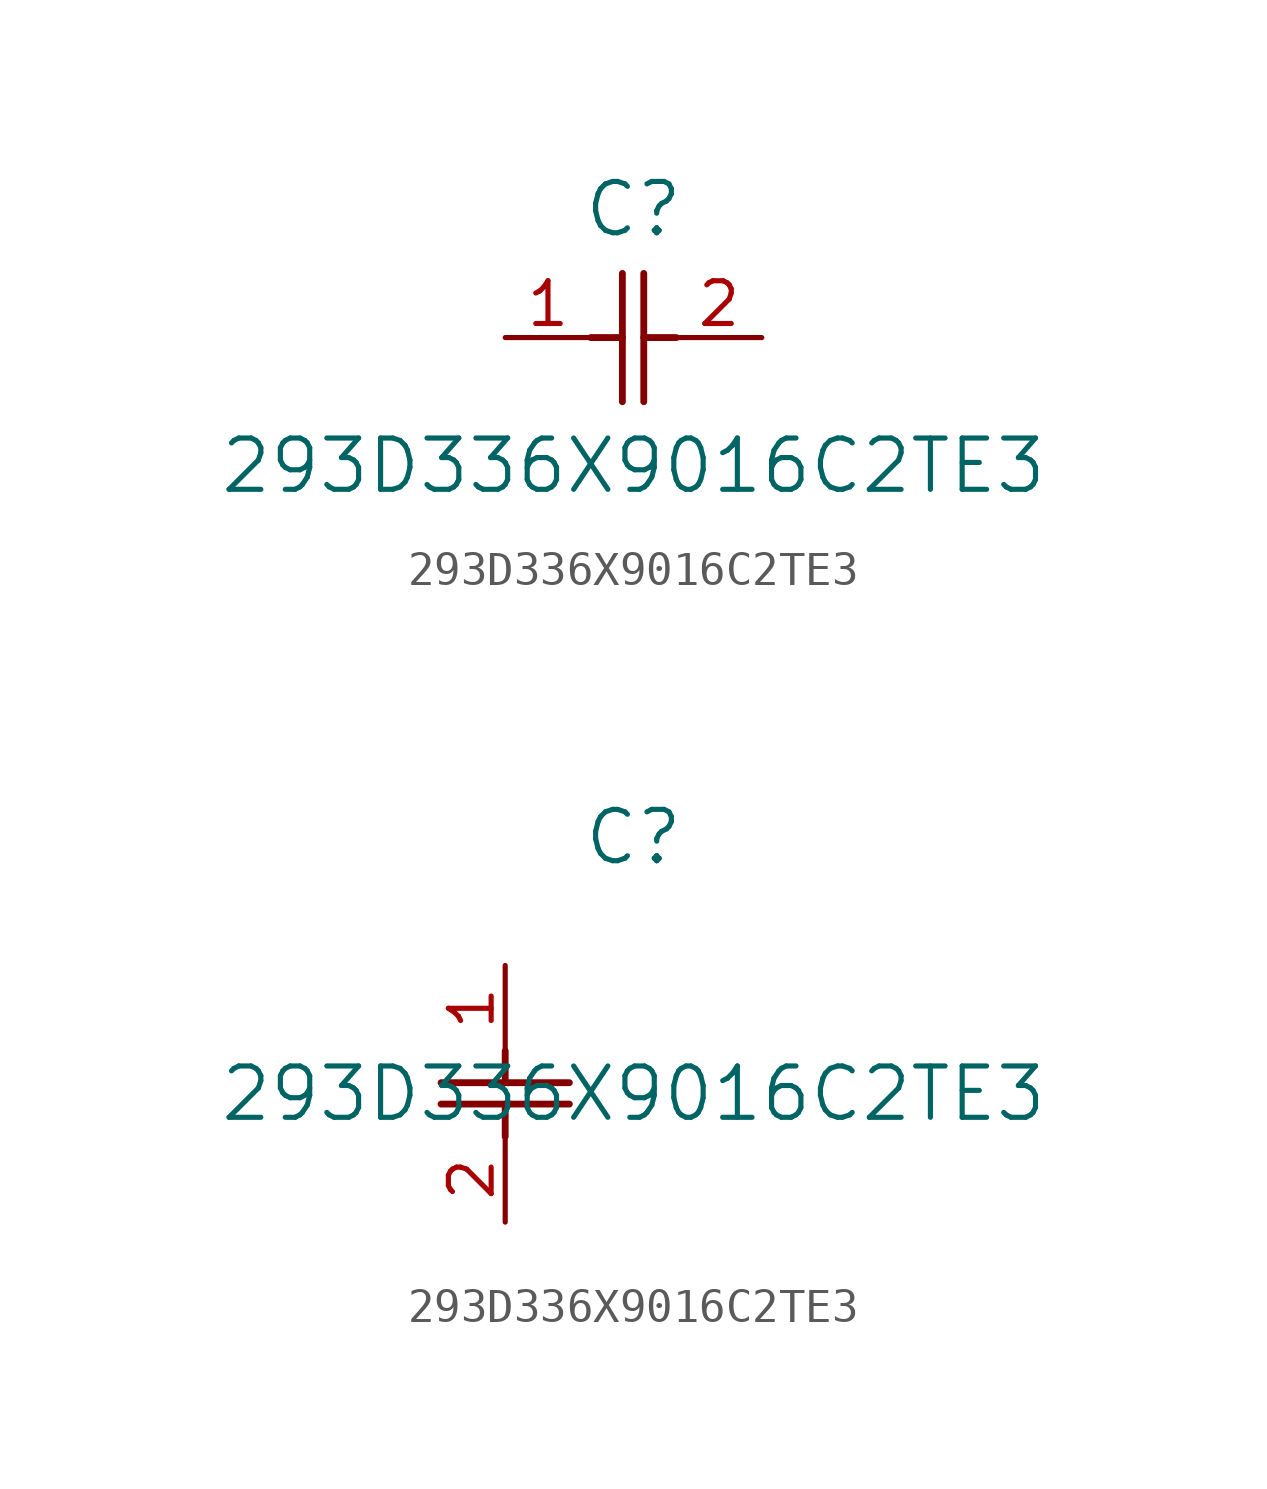
<source format=kicad_sym>
(kicad_symbol_lib
  (version 20211014)
  (generator kicad_symbol_editor)
  (symbol "293D336X9016C2TE3"
    (pin_names
      (offset 0.254))
    (property "Reference" "C"
      (at 3.81 3.81 0)
      (effects (font (size 1.524 1.524))))
    (property "Value" "293D336X9016C2TE3"
      (at 3.81 -3.81 0)
      (effects (font (size 1.524 1.524))))
    (symbol "293D336X9016C2TE3_1_1"
      (polyline (pts (xy 3.48 -1.905) (xy 3.48 1.905)) (stroke (width 0.203) (type default) (color 0 0 0 0)) (fill (type none)))
      (polyline (pts (xy 4.115 -1.905) (xy 4.115 1.905)) (stroke (width 0.203) (type default) (color 0 0 0 0)) (fill (type none)))
      (polyline (pts (xy 4.115 0) (xy 5.08 0)) (stroke (width 0.203) (type default) (color 0 0 0 0)) (fill (type none)))
      (polyline (pts (xy 2.54 0) (xy 3.48 0)) (stroke (width 0.203) (type default) (color 0 0 0 0)) (fill (type none)))
      (pin unspecified line (at 0 0 0) (length 2.54) (name "" (effects (font (size 1.27 1.27)))) (number "1" (effects (font (size 1.27 1.27)))))
      (pin unspecified line (at 7.62 0 180) (length 2.54) (name "" (effects (font (size 1.27 1.27)))) (number "2" (effects (font (size 1.27 1.27))))))
    (symbol "293D336X9016C2TE3_1_2"
      (polyline (pts (xy -1.905 -3.48) (xy 1.905 -3.48)) (stroke (width 0.203) (type default) (color 0 0 0 0)) (fill (type none)))
      (polyline (pts (xy -1.905 -4.115) (xy 1.905 -4.115)) (stroke (width 0.203) (type default) (color 0 0 0 0)) (fill (type none)))
      (polyline (pts (xy 0 -4.115) (xy 0 -5.08)) (stroke (width 0.203) (type default) (color 0 0 0 0)) (fill (type none)))
      (polyline (pts (xy 0 -2.54) (xy 0 -3.48)) (stroke (width 0.203) (type default) (color 0 0 0 0)) (fill (type none)))
      (pin unspecified line (at 0 0 270) (length 2.54) (name "" (effects (font (size 1.27 1.27)))) (number "1" (effects (font (size 1.27 1.27)))))
      (pin unspecified line (at 0 -7.62 90) (length 2.54) (name "" (effects (font (size 1.27 1.27)))) (number "2" (effects (font (size 1.27 1.27))))))))
</source>
